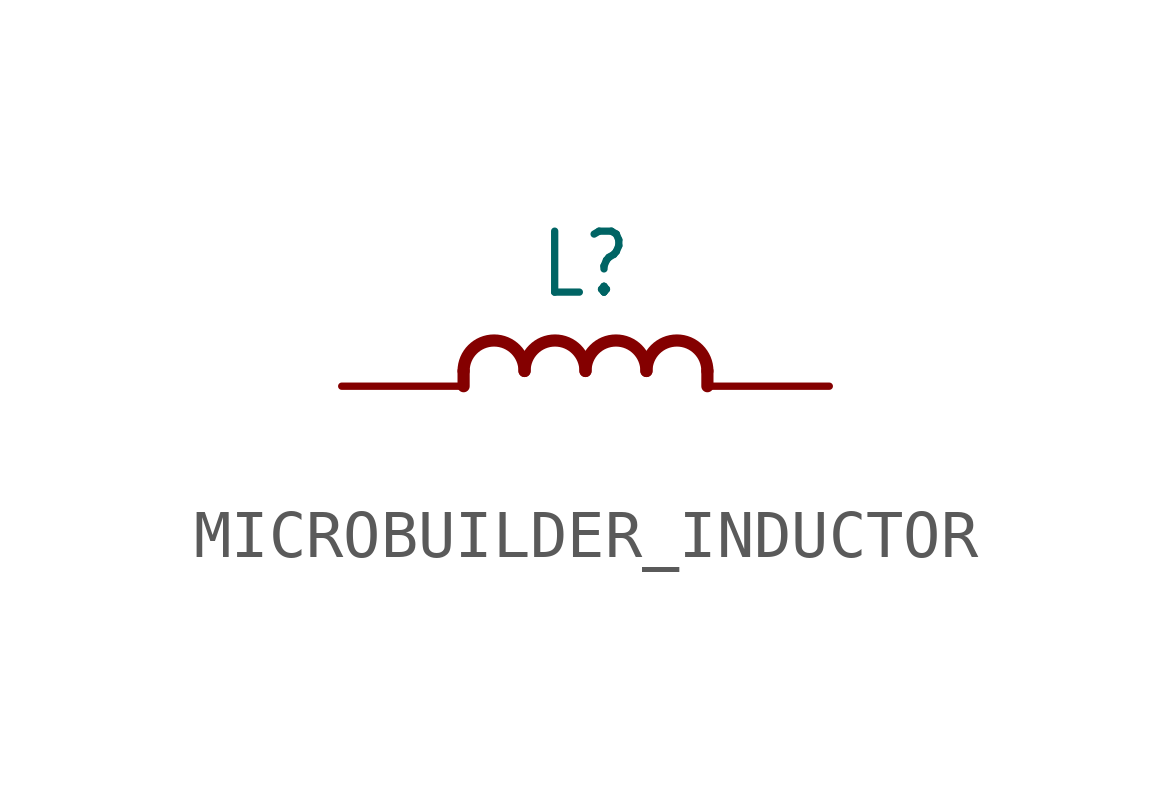
<source format=kicad_sym>
(kicad_symbol_lib
  (version 20220914)
  (generator kicad_symbol_editor)
  (symbol "MICROBUILDER_INDUCTOR"
    (property "Reference" "L"
      (at 0 2.54 0)
      (effects (font (size 1.27 1.079))))
    (property "Value" ""
      (at 0 -1.54 0)
      (effects (font (size 1.27 1.079))))
    (property "ki_locked" ""
      (at 0 0 0)
      (effects (font (size 1.27 1.27))))
    (symbol "MICROBUILDER_INDUCTOR_1_0"
      (arc (start -1.27 0.3173) (mid -1.9049 0.9497) (end -2.54 0.3175) (stroke (width 0.254) (type solid)) (fill (type none)))
      (polyline (pts (xy -2.54 0.318) (xy -2.54 0)) (stroke (width 0.254) (type solid)) (fill (type none)))
      (polyline (pts (xy 2.54 0.318) (xy 2.54 0)) (stroke (width 0.254) (type solid)) (fill (type none)))
      (arc (start 0 0.3173) (mid -0.6349 0.9497) (end -1.27 0.3175) (stroke (width 0.254) (type solid)) (fill (type none)))
      (arc (start 1.27 0.3173) (mid 0.6351 0.9497) (end 0 0.3175) (stroke (width 0.254) (type solid)) (fill (type none)))
      (arc (start 2.54 0.3173) (mid 1.9051 0.9497) (end 1.27 0.3175) (stroke (width 0.254) (type solid)) (fill (type none)))
      (pin passive line (at -5.08 0 0) (length 2.54) (name "1" (effects (font (size 0 0)))) (number "P$1" (effects (font (size 0 0)))))
      (pin passive line (at 5.08 0 180) (length 2.54) (name "2" (effects (font (size 0 0)))) (number "P$2" (effects (font (size 0 0))))))))
</source>
